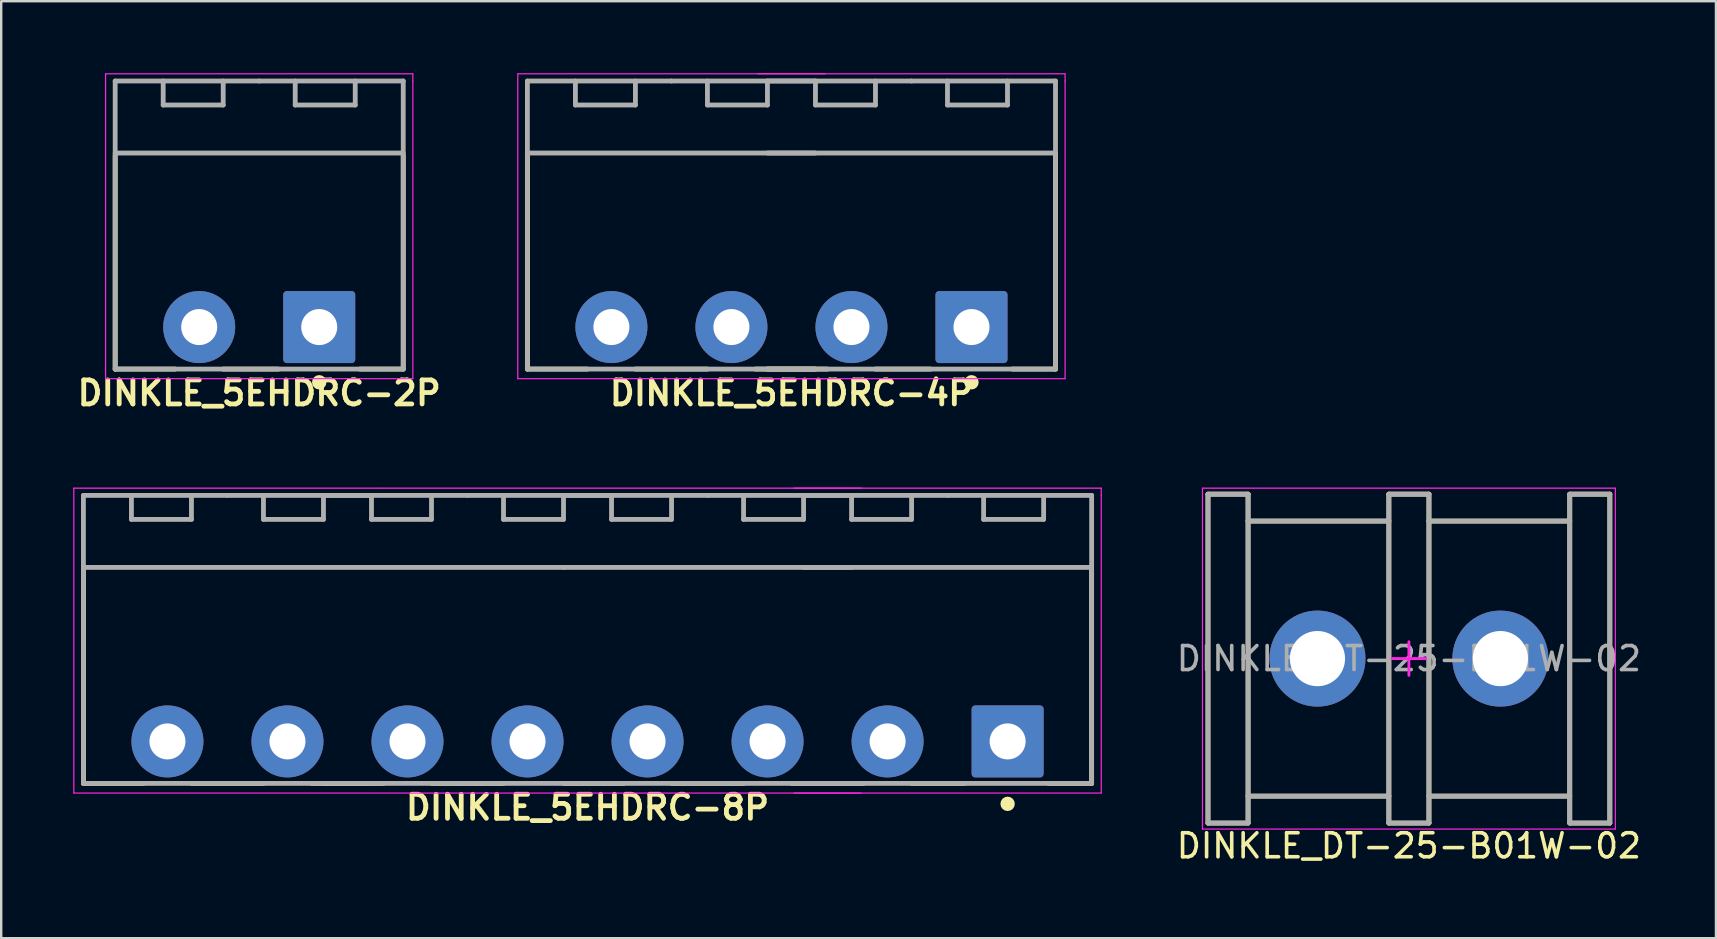
<source format=kicad_pcb>
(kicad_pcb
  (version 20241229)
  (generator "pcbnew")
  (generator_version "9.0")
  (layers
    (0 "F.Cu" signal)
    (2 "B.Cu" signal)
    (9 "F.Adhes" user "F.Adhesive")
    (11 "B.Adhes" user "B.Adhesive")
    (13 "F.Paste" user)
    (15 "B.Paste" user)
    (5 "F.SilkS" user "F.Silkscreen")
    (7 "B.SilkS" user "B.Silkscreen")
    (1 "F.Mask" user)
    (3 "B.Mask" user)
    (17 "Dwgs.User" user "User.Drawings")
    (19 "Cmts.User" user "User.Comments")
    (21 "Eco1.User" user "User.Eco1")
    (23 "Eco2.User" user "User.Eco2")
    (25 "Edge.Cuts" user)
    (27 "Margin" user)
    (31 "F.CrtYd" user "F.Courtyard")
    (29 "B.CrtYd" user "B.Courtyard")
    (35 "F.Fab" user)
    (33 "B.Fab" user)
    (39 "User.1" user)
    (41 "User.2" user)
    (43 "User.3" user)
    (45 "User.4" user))
  (footprint "DINKLE_DT-25-B01W-02"
    (layer "F.Cu")
    (at 55.642 24.386)
    (property "Reference" "DINKLE_DT-25-B01W-02" (at 0 7.8 0) (layer "F.SilkS") (effects (font (size 1 1) (thickness 0.15))))
    (attr through_hole)
    (fp_line (start -8.37 -6.85) (end -8.37 6.85) (stroke (width 0.2) (type solid)) (layer "F.SilkS"))
    (fp_line (start -8.37 -6.85) (end -6.7 -6.85) (stroke (width 0.2) (type solid)) (layer "F.SilkS"))
    (fp_line (start -8.37 6.85) (end -6.7 6.85) (stroke (width 0.2) (type solid)) (layer "F.SilkS"))
    (fp_line (start -6.7 -6.85) (end -6.7 6.85) (stroke (width 0.2) (type solid)) (layer "F.SilkS"))
    (fp_line (start -6.7 -5.73) (end -0.835 -5.73) (stroke (width 0.2) (type solid)) (layer "F.SilkS"))
    (fp_line (start -0.835 -6.85) (end 0.835 -6.85) (stroke (width 0.2) (type solid)) (layer "F.SilkS"))
    (fp_line (start -0.835 5.73) (end -6.7 5.73) (stroke (width 0.2) (type solid)) (layer "F.SilkS"))
    (fp_line (start -0.835 6.85) (end -0.835 -6.85) (stroke (width 0.2) (type solid)) (layer "F.SilkS"))
    (fp_line (start -0.835 6.85) (end 0.835 6.85) (stroke (width 0.2) (type solid)) (layer "F.SilkS"))
    (fp_line (start 0.835 -6.85) (end 0.835 6.85) (stroke (width 0.2) (type solid)) (layer "F.SilkS"))
    (fp_line (start 0.835 -5.73) (end 6.7 -5.73) (stroke (width 0.2) (type solid)) (layer "F.SilkS"))
    (fp_line (start 6.7 -6.85) (end 6.7 6.85) (stroke (width 0.2) (type solid)) (layer "F.SilkS"))
    (fp_line (start 6.7 -6.85) (end 8.37 -6.85) (stroke (width 0.2) (type solid)) (layer "F.SilkS"))
    (fp_line (start 6.7 5.73) (end 0.835 5.73) (stroke (width 0.2) (type solid)) (layer "F.SilkS"))
    (fp_line (start 6.7 6.85) (end 8.37 6.85) (stroke (width 0.2) (type solid)) (layer "F.SilkS"))
    (fp_line (start 8.37 6.85) (end 8.37 -6.85) (stroke (width 0.2) (type solid)) (layer "F.SilkS"))
    (fp_line (start -8.6 -7.1) (end 8.6 -7.1) (stroke (width 0.05) (type solid)) (layer "F.CrtYd"))
    (fp_line (start -8.6 7.1) (end -8.6 -7.1) (stroke (width 0.05) (type solid)) (layer "F.CrtYd"))
    (fp_line (start 0 0.7) (end 0 -0.7) (stroke (width 0.12) (type solid)) (layer "F.CrtYd"))
    (fp_line (start 0.7 0) (end -0.7 0) (stroke (width 0.12) (type solid)) (layer "F.CrtYd"))
    (fp_line (start 8.6 -7.1) (end 8.6 7.1) (stroke (width 0.05) (type solid)) (layer "F.CrtYd"))
    (fp_line (start 8.6 7.1) (end -8.6 7.1) (stroke (width 0.05) (type solid)) (layer "F.CrtYd"))
    (fp_line (start -8.37 -6.85) (end -8.37 6.85) (stroke (width 0.2) (type solid)) (layer "F.Fab"))
    (fp_line (start -8.37 -6.85) (end -6.7 -6.85) (stroke (width 0.2) (type solid)) (layer "F.Fab"))
    (fp_line (start -8.37 6.85) (end -6.7 6.85) (stroke (width 0.2) (type solid)) (layer "F.Fab"))
    (fp_line (start -6.7 -6.85) (end -6.7 6.85) (stroke (width 0.2) (type solid)) (layer "F.Fab"))
    (fp_line (start -6.7 -5.73) (end -0.835 -5.73) (stroke (width 0.2) (type solid)) (layer "F.Fab"))
    (fp_line (start -0.835 -6.85) (end 0.835 -6.85) (stroke (width 0.2) (type solid)) (layer "F.Fab"))
    (fp_line (start -0.835 5.73) (end -6.7 5.73) (stroke (width 0.2) (type solid)) (layer "F.Fab"))
    (fp_line (start -0.835 6.85) (end -0.835 -6.85) (stroke (width 0.2) (type solid)) (layer "F.Fab"))
    (fp_line (start -0.835 6.85) (end 0.835 6.85) (stroke (width 0.2) (type solid)) (layer "F.Fab"))
    (fp_line (start 0.835 -6.85) (end 0.835 6.85) (stroke (width 0.2) (type solid)) (layer "F.Fab"))
    (fp_line (start 0.835 -5.73) (end 6.7 -5.73) (stroke (width 0.2) (type solid)) (layer "F.Fab"))
    (fp_line (start 6.7 -6.85) (end 6.7 6.85) (stroke (width 0.2) (type solid)) (layer "F.Fab"))
    (fp_line (start 6.7 -6.85) (end 8.37 -6.85) (stroke (width 0.2) (type solid)) (layer "F.Fab"))
    (fp_line (start 6.7 5.73) (end 0.835 5.73) (stroke (width 0.2) (type solid)) (layer "F.Fab"))
    (fp_line (start 6.7 6.85) (end 8.37 6.85) (stroke (width 0.2) (type solid)) (layer "F.Fab"))
    (fp_line (start 8.37 6.85) (end 8.37 -6.85) (stroke (width 0.2) (type solid)) (layer "F.Fab"))
    (fp_text user "${REFERENCE}" (at 0 0 0) (layer "F.Fab") (effects (font (size 1 1) (thickness 0.15))))
    (pad "1" thru_hole circle (at -3.81 0) (size 4 4) (drill 2.3) (layers "*.Cu" "*.Mask"))
    (pad "2" thru_hole circle (at 3.81 0) (size 4 4) (drill 2.3) (layers "*.Cu" "*.Mask")))
  (footprint "DINKLE_5EHDRC-4P"
    (layer "F.Cu")
    (at 29.92 0.325)
    (property "Reference" "DINKLE_5EHDRC-4P" (at 0 13 180) (layer "F.SilkS") (effects (font (size 1 1) (thickness 0.2))))
    (attr through_hole)
    (fp_line (start -11 3.1) (end -11 12) (stroke (width 0.2) (type solid)) (layer "F.SilkS"))
    (fp_line (start -8.5 12) (end -11 12) (stroke (width 0.2) (type solid)) (layer "F.SilkS"))
    (fp_line (start -3.5 12) (end -6.5 12) (stroke (width 0.2) (type solid)) (layer "F.SilkS"))
    (fp_line (start -1.5 12) (end 1 12) (stroke (width 0.2) (type solid)) (layer "F.SilkS"))
    (fp_line (start 1.5 12) (end -1 12) (stroke (width 0.2) (type solid)) (layer "F.SilkS"))
    (fp_line (start 5.8 12) (end 3.5 12) (stroke (width 0.2) (type solid)) (layer "F.SilkS"))
    (fp_line (start 9.2 12) (end 11 12) (stroke (width 0.2) (type solid)) (layer "F.SilkS"))
    (fp_line (start 11 12) (end 11 3.1) (stroke (width 0.2) (type solid)) (layer "F.SilkS"))
    (fp_circle (center 7.5 12.55) (end 7.65 12.55) (stroke (width 0.3) (type solid)) (fill no) (layer "F.SilkS"))
    (fp_line (start -11.4 -0.3) (end -11.4 12.4) (stroke (width 0.05) (type solid)) (layer "F.CrtYd"))
    (fp_line (start -11.4 12.4) (end 1.4 12.4) (stroke (width 0.05) (type solid)) (layer "F.CrtYd"))
    (fp_line (start -1.4 12.4) (end 11.4 12.4) (stroke (width 0.05) (type solid)) (layer "F.CrtYd"))
    (fp_line (start 1.4 -0.3) (end -11.4 -0.3) (stroke (width 0.05) (type solid)) (layer "F.CrtYd"))
    (fp_line (start 11.4 -0.3) (end -1.4 -0.3) (stroke (width 0.05) (type solid)) (layer "F.CrtYd"))
    (fp_line (start 11.4 0) (end 11.4 -0.3) (stroke (width 0.05) (type solid)) (layer "F.CrtYd"))
    (fp_line (start 11.4 12.4) (end 11.4 0) (stroke (width 0.05) (type solid)) (layer "F.CrtYd"))
    (fp_line (start -11 0) (end -5 0) (stroke (width 0.2) (type solid)) (layer "F.Fab"))
    (fp_line (start -11 3) (end 1 3) (stroke (width 0.2) (type solid)) (layer "F.Fab"))
    (fp_line (start -11 12) (end -11 0) (stroke (width 0.2) (type solid)) (layer "F.Fab"))
    (fp_line (start -11 12) (end 1 12) (stroke (width 0.2) (type solid)) (layer "F.Fab"))
    (fp_line (start -9 0) (end -9 1) (stroke (width 0.2) (type solid)) (layer "F.Fab"))
    (fp_line (start -9 1) (end -6.5 1) (stroke (width 0.2) (type solid)) (layer "F.Fab"))
    (fp_line (start -6.5 1) (end -6.5 0) (stroke (width 0.2) (type solid)) (layer "F.Fab"))
    (fp_line (start -5 0) (end 1 0) (stroke (width 0.2) (type solid)) (layer "F.Fab"))
    (fp_line (start -3.5 0) (end -3.5 1) (stroke (width 0.2) (type solid)) (layer "F.Fab"))
    (fp_line (start -3.5 1) (end -1 1) (stroke (width 0.2) (type solid)) (layer "F.Fab"))
    (fp_line (start -1 0) (end 5 0) (stroke (width 0.2) (type solid)) (layer "F.Fab"))
    (fp_line (start -1 1) (end -1 0) (stroke (width 0.2) (type solid)) (layer "F.Fab"))
    (fp_line (start -1 3) (end 11 3) (stroke (width 0.2) (type solid)) (layer "F.Fab"))
    (fp_line (start -1 12) (end 11 12) (stroke (width 0.2) (type solid)) (layer "F.Fab"))
    (fp_line (start 1 0) (end 1 1) (stroke (width 0.2) (type solid)) (layer "F.Fab"))
    (fp_line (start 1 1) (end 3.5 1) (stroke (width 0.2) (type solid)) (layer "F.Fab"))
    (fp_line (start 3.5 1) (end 3.5 0) (stroke (width 0.2) (type solid)) (layer "F.Fab"))
    (fp_line (start 5 0) (end 11 0) (stroke (width 0.2) (type solid)) (layer "F.Fab"))
    (fp_line (start 6.5 0) (end 6.5 1) (stroke (width 0.2) (type solid)) (layer "F.Fab"))
    (fp_line (start 6.5 1) (end 9 1) (stroke (width 0.2) (type solid)) (layer "F.Fab"))
    (fp_line (start 9 1) (end 9 0) (stroke (width 0.2) (type solid)) (layer "F.Fab"))
    (fp_line (start 11 0) (end 11 12) (stroke (width 0.2) (type solid)) (layer "F.Fab"))
    (pad "1" thru_hole roundrect (at 7.5 10.25) (size 3 3) (drill 1.5) (layers "*.Cu" "*.Mask") (roundrect_rratio 0.05))
    (pad "2" thru_hole oval (at 2.5 10.25) (size 3 3) (drill 1.5) (layers "*.Cu" "*.Mask"))
    (pad "3" thru_hole circle (at -2.5 10.25) (size 3 3) (drill 1.5) (layers "*.Cu" "*.Mask"))
    (pad "4" thru_hole oval (at -7.5 10.25) (size 3 3) (drill 1.5) (layers "*.Cu" "*.Mask")))
  (footprint "DINKLE_5EHDRC-2P"
    (layer "F.Cu")
    (at 7.748 0.325)
    (property "Reference" "DINKLE_5EHDRC-2P" (at 0 13 0) (layer "F.SilkS") (effects (font (size 1 1) (thickness 0.2))))
    (attr through_hole)
    (fp_line (start -6 3.1) (end -6 12) (stroke (width 0.2) (type solid)) (layer "F.SilkS"))
    (fp_line (start -3.5 12) (end -6 12) (stroke (width 0.2) (type solid)) (layer "F.SilkS"))
    (fp_line (start 0.8 12) (end -1.5 12) (stroke (width 0.2) (type solid)) (layer "F.SilkS"))
    (fp_line (start 4.2 12) (end 6 12) (stroke (width 0.2) (type solid)) (layer "F.SilkS"))
    (fp_line (start 6 12) (end 6 3.1) (stroke (width 0.2) (type solid)) (layer "F.SilkS"))
    (fp_circle (center 2.5 12.55) (end 2.65 12.55) (stroke (width 0.3) (type solid)) (fill no) (layer "F.SilkS"))
    (fp_line (start -6.4 -0.3) (end -6.4 12.4) (stroke (width 0.05) (type solid)) (layer "F.CrtYd"))
    (fp_line (start -6.4 12.4) (end 6.4 12.4) (stroke (width 0.05) (type solid)) (layer "F.CrtYd"))
    (fp_line (start 6.4 -0.3) (end -6.4 -0.3) (stroke (width 0.05) (type solid)) (layer "F.CrtYd"))
    (fp_line (start 6.4 0) (end 6.4 -0.3) (stroke (width 0.05) (type solid)) (layer "F.CrtYd"))
    (fp_line (start 6.4 12.4) (end 6.4 0) (stroke (width 0.05) (type solid)) (layer "F.CrtYd"))
    (fp_line (start -6 0) (end 0 0) (stroke (width 0.2) (type solid)) (layer "F.Fab"))
    (fp_line (start -6 3) (end 6 3) (stroke (width 0.2) (type solid)) (layer "F.Fab"))
    (fp_line (start -6 12) (end -6 0) (stroke (width 0.2) (type solid)) (layer "F.Fab"))
    (fp_line (start -6 12) (end 6 12) (stroke (width 0.2) (type solid)) (layer "F.Fab"))
    (fp_line (start -4 0) (end -4 1) (stroke (width 0.2) (type solid)) (layer "F.Fab"))
    (fp_line (start -4 1) (end -1.5 1) (stroke (width 0.2) (type solid)) (layer "F.Fab"))
    (fp_line (start -1.5 1) (end -1.5 0) (stroke (width 0.2) (type solid)) (layer "F.Fab"))
    (fp_line (start 0 0) (end 6 0) (stroke (width 0.2) (type solid)) (layer "F.Fab"))
    (fp_line (start 1.5 0) (end 1.5 1) (stroke (width 0.2) (type solid)) (layer "F.Fab"))
    (fp_line (start 1.5 1) (end 4 1) (stroke (width 0.2) (type solid)) (layer "F.Fab"))
    (fp_line (start 4 1) (end 4 0) (stroke (width 0.2) (type solid)) (layer "F.Fab"))
    (fp_line (start 6 0) (end 6 12) (stroke (width 0.2) (type solid)) (layer "F.Fab"))
    (pad "1" thru_hole roundrect (at 2.5 10.25) (size 3 3) (drill 1.5) (layers "*.Cu" "*.Mask") (roundrect_rratio 0.05))
    (pad "2" thru_hole oval (at -2.5 10.25) (size 3 3) (drill 1.5) (layers "*.Cu" "*.Mask")))
  (footprint "DINKLE_5EHDRC-8P"
    (layer "F.Cu")
    (at 21.425 17.586)
    (property "Reference" "DINKLE_5EHDRC-8P" (at 0 13 180) (layer "F.SilkS") (effects (font (size 1 1) (thickness 0.2))))
    (attr through_hole)
    (fp_line (start -21 3.1) (end -21 12) (stroke (width 0.2) (type solid)) (layer "F.SilkS"))
    (fp_line (start -18.5 12) (end -21 12) (stroke (width 0.2) (type solid)) (layer "F.SilkS"))
    (fp_line (start -13.5 12) (end -16.5 12) (stroke (width 0.2) (type solid)) (layer "F.SilkS"))
    (fp_line (start -11.5 12) (end -9 12) (stroke (width 0.2) (type solid)) (layer "F.SilkS"))
    (fp_line (start -8.5 12) (end -11 12) (stroke (width 0.2) (type solid)) (layer "F.SilkS"))
    (fp_line (start -3.5 12) (end -6.5 12) (stroke (width 0.2) (type solid)) (layer "F.SilkS"))
    (fp_line (start 1.5 12) (end -1 12) (stroke (width 0.2) (type solid)) (layer "F.SilkS"))
    (fp_line (start 6.5 12) (end 3.5 12) (stroke (width 0.2) (type solid)) (layer "F.SilkS"))
    (fp_line (start 8.5 12) (end 11 12) (stroke (width 0.2) (type solid)) (layer "F.SilkS"))
    (fp_line (start 11.5 12) (end 9 12) (stroke (width 0.2) (type solid)) (layer "F.SilkS"))
    (fp_line (start 15.7 12) (end 13.5 12) (stroke (width 0.2) (type solid)) (layer "F.SilkS"))
    (fp_line (start 19.2 12) (end 21 12) (stroke (width 0.2) (type solid)) (layer "F.SilkS"))
    (fp_line (start 21 12) (end 21 3.1) (stroke (width 0.2) (type solid)) (layer "F.SilkS"))
    (fp_circle (center 17.5 12.85) (end 17.65 12.85) (stroke (width 0.3) (type solid)) (fill no) (layer "F.SilkS"))
    (fp_line (start -21.4 -0.3) (end -21.4 12.4) (stroke (width 0.05) (type solid)) (layer "F.CrtYd"))
    (fp_line (start -21.4 12.4) (end -1.4 12.4) (stroke (width 0.05) (type solid)) (layer "F.CrtYd"))
    (fp_line (start -8.6 -0.3) (end -21.4 -0.3) (stroke (width 0.05) (type solid)) (layer "F.CrtYd"))
    (fp_line (start -1.4 12.4) (end 11.4 12.4) (stroke (width 0.05) (type solid)) (layer "F.CrtYd"))
    (fp_line (start 8.6 12.4) (end 21.4 12.4) (stroke (width 0.05) (type solid)) (layer "F.CrtYd"))
    (fp_line (start 11.4 -0.3) (end -8.6 -0.3) (stroke (width 0.05) (type solid)) (layer "F.CrtYd"))
    (fp_line (start 21.4 -0.3) (end 8.6 -0.3) (stroke (width 0.05) (type solid)) (layer "F.CrtYd"))
    (fp_line (start 21.4 0) (end 21.4 -0.3) (stroke (width 0.05) (type solid)) (layer "F.CrtYd"))
    (fp_line (start 21.4 12.4) (end 21.4 0) (stroke (width 0.05) (type solid)) (layer "F.CrtYd"))
    (fp_line (start -21 0) (end -15 0) (stroke (width 0.2) (type solid)) (layer "F.Fab"))
    (fp_line (start -21 3) (end -1 3) (stroke (width 0.2) (type solid)) (layer "F.Fab"))
    (fp_line (start -21 12) (end -21 0) (stroke (width 0.2) (type solid)) (layer "F.Fab"))
    (fp_line (start -21 12) (end -9 12) (stroke (width 0.2) (type solid)) (layer "F.Fab"))
    (fp_line (start -19 0) (end -19 1) (stroke (width 0.2) (type solid)) (layer "F.Fab"))
    (fp_line (start -19 1) (end -16.5 1) (stroke (width 0.2) (type solid)) (layer "F.Fab"))
    (fp_line (start -16.5 1) (end -16.5 0) (stroke (width 0.2) (type solid)) (layer "F.Fab"))
    (fp_line (start -15 0) (end -9 0) (stroke (width 0.2) (type solid)) (layer "F.Fab"))
    (fp_line (start -13.5 0) (end -13.5 1) (stroke (width 0.2) (type solid)) (layer "F.Fab"))
    (fp_line (start -13.5 1) (end -11 1) (stroke (width 0.2) (type solid)) (layer "F.Fab"))
    (fp_line (start -11 0) (end -5 0) (stroke (width 0.2) (type solid)) (layer "F.Fab"))
    (fp_line (start -11 1) (end -11 0) (stroke (width 0.2) (type solid)) (layer "F.Fab"))
    (fp_line (start -9 0) (end -9 1) (stroke (width 0.2) (type solid)) (layer "F.Fab"))
    (fp_line (start -9 1) (end -6.5 1) (stroke (width 0.2) (type solid)) (layer "F.Fab"))
    (fp_line (start -9 12) (end 11 12) (stroke (width 0.2) (type solid)) (layer "F.Fab"))
    (fp_line (start -6.5 1) (end -6.5 0) (stroke (width 0.2) (type solid)) (layer "F.Fab"))
    (fp_line (start -5 0) (end 1 0) (stroke (width 0.2) (type solid)) (layer "F.Fab"))
    (fp_line (start -3.5 0) (end -3.5 1) (stroke (width 0.2) (type solid)) (layer "F.Fab"))
    (fp_line (start -3.5 1) (end -1 1) (stroke (width 0.2) (type solid)) (layer "F.Fab"))
    (fp_line (start -1 0) (end 5 0) (stroke (width 0.2) (type solid)) (layer "F.Fab"))
    (fp_line (start -1 1) (end -1 0) (stroke (width 0.2) (type solid)) (layer "F.Fab"))
    (fp_line (start -1 3) (end 11 3) (stroke (width 0.2) (type solid)) (layer "F.Fab"))
    (fp_line (start 1 0) (end 1 1) (stroke (width 0.2) (type solid)) (layer "F.Fab"))
    (fp_line (start 1 1) (end 3.5 1) (stroke (width 0.2) (type solid)) (layer "F.Fab"))
    (fp_line (start 3.5 1) (end 3.5 0) (stroke (width 0.2) (type solid)) (layer "F.Fab"))
    (fp_line (start 5 0) (end 11 0) (stroke (width 0.2) (type solid)) (layer "F.Fab"))
    (fp_line (start 6.5 0) (end 6.5 1) (stroke (width 0.2) (type solid)) (layer "F.Fab"))
    (fp_line (start 6.5 1) (end 9 1) (stroke (width 0.2) (type solid)) (layer "F.Fab"))
    (fp_line (start 9 0) (end 15 0) (stroke (width 0.2) (type solid)) (layer "F.Fab"))
    (fp_line (start 9 1) (end 9 0) (stroke (width 0.2) (type solid)) (layer "F.Fab"))
    (fp_line (start 9 3) (end 21 3) (stroke (width 0.2) (type solid)) (layer "F.Fab"))
    (fp_line (start 9 12) (end 21 12) (stroke (width 0.2) (type solid)) (layer "F.Fab"))
    (fp_line (start 11 0) (end 11 1) (stroke (width 0.2) (type solid)) (layer "F.Fab"))
    (fp_line (start 11 1) (end 13.5 1) (stroke (width 0.2) (type solid)) (layer "F.Fab"))
    (fp_line (start 13.5 1) (end 13.5 0) (stroke (width 0.2) (type solid)) (layer "F.Fab"))
    (fp_line (start 15 0) (end 21 0) (stroke (width 0.2) (type solid)) (layer "F.Fab"))
    (fp_line (start 16.5 0) (end 16.5 1) (stroke (width 0.2) (type solid)) (layer "F.Fab"))
    (fp_line (start 16.5 1) (end 19 1) (stroke (width 0.2) (type solid)) (layer "F.Fab"))
    (fp_line (start 19 1) (end 19 0) (stroke (width 0.2) (type solid)) (layer "F.Fab"))
    (fp_line (start 21 0) (end 21 12) (stroke (width 0.2) (type solid)) (layer "F.Fab"))
    (pad "1" thru_hole roundrect (at 17.5 10.25) (size 3 3) (drill 1.5) (layers "*.Cu" "*.Mask") (roundrect_rratio 0.05))
    (pad "2" thru_hole oval (at 12.5 10.25) (size 3 3) (drill 1.5) (layers "*.Cu" "*.Mask"))
    (pad "3" thru_hole circle (at 7.5 10.25) (size 3 3) (drill 1.5) (layers "*.Cu" "*.Mask"))
    (pad "4" thru_hole oval (at 2.5 10.25) (size 3 3) (drill 1.5) (layers "*.Cu" "*.Mask"))
    (pad "5" thru_hole circle (at -2.5 10.25) (size 3 3) (drill 1.5) (layers "*.Cu" "*.Mask"))
    (pad "6" thru_hole oval (at -7.5 10.25) (size 3 3) (drill 1.5) (layers "*.Cu" "*.Mask"))
    (pad "7" thru_hole circle (at -12.5 10.25) (size 3 3) (drill 1.5) (layers "*.Cu" "*.Mask"))
    (pad "8" thru_hole oval (at -17.5 10.25) (size 3 3) (drill 1.5) (layers "*.Cu" "*.Mask")))
  (gr_rect
    (start -3 -3)
    (end 68.433 36.034)
    (stroke (width 0.1) (type default))
    (fill no)
    (layer "Edge.Cuts")))
</source>
